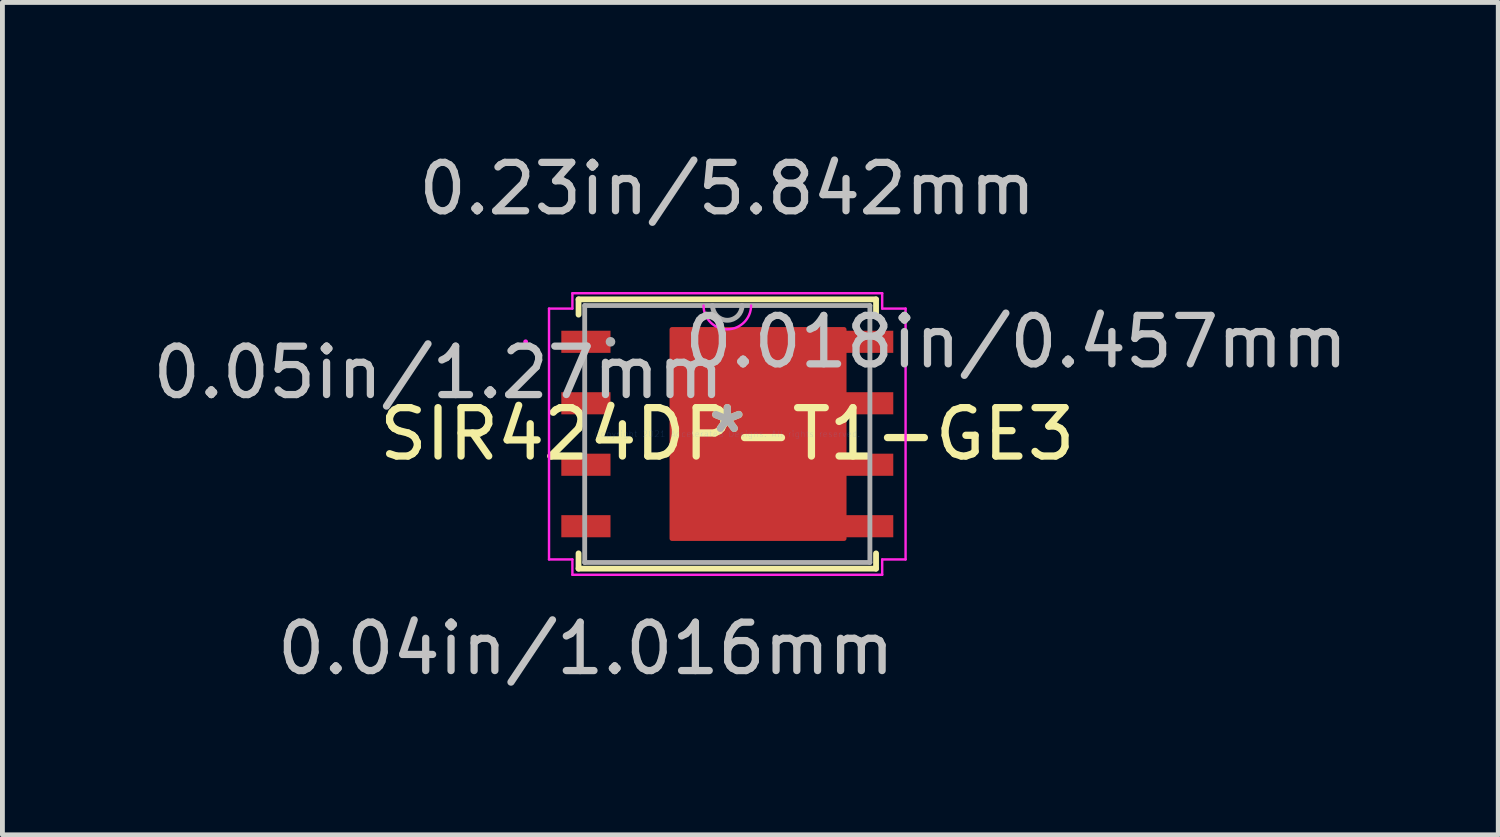
<source format=kicad_pcb>
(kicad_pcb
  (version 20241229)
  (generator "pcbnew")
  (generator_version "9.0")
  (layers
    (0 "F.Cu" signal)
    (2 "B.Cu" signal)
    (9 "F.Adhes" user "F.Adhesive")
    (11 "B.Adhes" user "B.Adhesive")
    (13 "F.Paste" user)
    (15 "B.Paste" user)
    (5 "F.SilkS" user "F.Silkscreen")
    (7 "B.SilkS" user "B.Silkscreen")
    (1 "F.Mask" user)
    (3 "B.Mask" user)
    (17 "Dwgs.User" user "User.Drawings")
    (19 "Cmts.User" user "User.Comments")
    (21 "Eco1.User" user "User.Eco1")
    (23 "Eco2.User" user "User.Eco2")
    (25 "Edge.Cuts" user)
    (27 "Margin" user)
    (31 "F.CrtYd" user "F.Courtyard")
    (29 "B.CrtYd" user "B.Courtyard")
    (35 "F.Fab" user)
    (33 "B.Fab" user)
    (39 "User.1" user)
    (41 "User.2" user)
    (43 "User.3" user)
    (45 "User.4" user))
  (footprint "SIR424DP-T1-GE3"
    (layer "F.Cu")
    (at 11.975 5.916)
    (property "Reference" "SIR424DP-T1-GE3" (at 0 0 0) (layer "F.SilkS") (effects (font (size 1 1) (thickness 0.15))))
    (attr through_hole)
    (fp_poly (pts (xy -1.143 -2.159) (xy 2.413 -2.159) (xy 2.413 2.159) (xy -1.143 2.159)) (stroke (width 0.1) (type solid)) (fill yes) (layer "F.Cu"))
    (fp_poly (pts (xy -1.143 -2.159) (xy 2.413 -2.159) (xy 2.413 2.159) (xy -1.143 2.159)) (stroke (width 0.1) (type solid)) (fill yes) (layer "F.Mask"))
    (fp_line (start -3.073 -2.781) (end -3.073 -2.466) (stroke (width 0.12) (type solid)) (layer "F.SilkS"))
    (fp_line (start -3.073 2.466) (end -3.073 2.781) (stroke (width 0.12) (type solid)) (layer "F.SilkS"))
    (fp_line (start -3.073 2.781) (end 3.073 2.781) (stroke (width 0.12) (type solid)) (layer "F.SilkS"))
    (fp_line (start 3.073 -2.781) (end -3.073 -2.781) (stroke (width 0.12) (type solid)) (layer "F.SilkS"))
    (fp_line (start 3.073 -2.466) (end 3.073 -2.781) (stroke (width 0.12) (type solid)) (layer "F.SilkS"))
    (fp_line (start 3.073 2.781) (end 3.073 2.466) (stroke (width 0.12) (type solid)) (layer "F.SilkS"))
    (fp_poly (pts (xy -1.143 -2.159) (xy 2.413 -2.159) (xy 2.413 2.159) (xy -1.143 2.159)) (stroke (width 0.1) (type solid)) (fill yes) (layer "F.Paste"))
    (fp_line (start -3.683 -2.591) (end -3.2 -2.591) (stroke (width 0.05) (type solid)) (layer "F.CrtYd"))
    (fp_line (start -3.683 2.591) (end -3.683 -2.591) (stroke (width 0.05) (type solid)) (layer "F.CrtYd"))
    (fp_line (start -3.2 -2.908) (end 3.2 -2.908) (stroke (width 0.05) (type solid)) (layer "F.CrtYd"))
    (fp_line (start -3.2 -2.591) (end -3.2 -2.908) (stroke (width 0.05) (type solid)) (layer "F.CrtYd"))
    (fp_line (start -3.2 2.591) (end -3.683 2.591) (stroke (width 0.05) (type solid)) (layer "F.CrtYd"))
    (fp_line (start -3.2 2.908) (end -3.2 2.591) (stroke (width 0.05) (type solid)) (layer "F.CrtYd"))
    (fp_line (start 3.2 -2.908) (end 3.2 -2.591) (stroke (width 0.05) (type solid)) (layer "F.CrtYd"))
    (fp_line (start 3.2 -2.591) (end 3.683 -2.591) (stroke (width 0.05) (type solid)) (layer "F.CrtYd"))
    (fp_line (start 3.2 2.591) (end 3.2 2.908) (stroke (width 0.05) (type solid)) (layer "F.CrtYd"))
    (fp_line (start 3.2 2.908) (end -3.2 2.908) (stroke (width 0.05) (type solid)) (layer "F.CrtYd"))
    (fp_line (start 3.683 -2.591) (end 3.683 2.591) (stroke (width 0.05) (type solid)) (layer "F.CrtYd"))
    (fp_line (start 3.683 2.591) (end 3.2 2.591) (stroke (width 0.05) (type solid)) (layer "F.CrtYd"))
    (fp_arc (start 0.491067 -2.6543) (mid 0 -2.163233) (end -0.491067 -2.6543) (stroke (width 0.05) (type solid)) (layer "F.CrtYd"))
    (fp_circle (center -4.166 -1.905) (end -4.166 -1.905) (stroke (width 0.05) (type solid)) (fill no) (layer "F.CrtYd"))
    (fp_line (start -2.946 -2.654) (end -2.946 2.654) (stroke (width 0.1) (type solid)) (layer "F.Fab"))
    (fp_line (start -2.946 2.654) (end 2.946 2.654) (stroke (width 0.1) (type solid)) (layer "F.Fab"))
    (fp_line (start 2.946 -2.654) (end -2.946 -2.654) (stroke (width 0.1) (type solid)) (layer "F.Fab"))
    (fp_line (start 2.946 2.654) (end 2.946 -2.654) (stroke (width 0.1) (type solid)) (layer "F.Fab"))
    (fp_arc (start 0.3048 -2.6543) (mid 0 -2.3495) (end -0.3048 -2.6543) (stroke (width 0.1) (type solid)) (layer "F.Fab"))
    (fp_circle (center -2.413 -1.905) (end -2.413 -1.905) (stroke (width 0.1) (type solid)) (fill no) (layer "F.Fab"))
    (fp_text user "*" (at 0 0 0) (layer "F.SilkS") (effects (font (size 1 1) (thickness 0.15))))
    (fp_text user "0.23in/5.842mm" (at 0 -5.067 0) (layer "Dwgs.User") (effects (font (size 1 1) (thickness 0.15))))
    (fp_text user "0.05in/1.27mm" (at -5.969 -1.27 0) (layer "Dwgs.User") (effects (font (size 1 1) (thickness 0.15))))
    (fp_text user "0.04in/1.016mm" (at -2.921 4.432 0) (layer "Dwgs.User") (effects (font (size 1 1) (thickness 0.15))))
    (fp_text user "0.018in/0.457mm" (at 5.969 -1.905 0) (layer "Dwgs.User") (effects (font (size 1 1) (thickness 0.15))))
    (fp_text user "Copyright 2021 Accelerated Designs. All rights reserved." (at 0 0 0) (layer "Cmts.User") (effects (font (size 0.127 0.127) (thickness 0.002))))
    (fp_text user "*" (at 0 0 0) (layer "F.Fab") (effects (font (size 1 1) (thickness 0.15))))
    (pad "1" smd rect (at -2.921 -1.905) (size 1.016 0.457) (layers "F.Cu" "F.Mask" "F.Paste"))
    (pad "2" smd rect (at -2.921 -0.635) (size 1.016 0.457) (layers "F.Cu" "F.Mask" "F.Paste"))
    (pad "3" smd rect (at -2.921 0.635) (size 1.016 0.457) (layers "F.Cu" "F.Mask" "F.Paste"))
    (pad "4" smd rect (at -2.921 1.905) (size 1.016 0.457) (layers "F.Cu" "F.Mask" "F.Paste"))
    (pad "5" smd rect (at 2.921 1.905) (size 1.016 0.457) (layers "F.Cu" "F.Mask" "F.Paste"))
    (pad "6" smd rect (at 2.921 0.635) (size 1.016 0.457) (layers "F.Cu" "F.Mask" "F.Paste"))
    (pad "7" smd rect (at 2.921 -0.635) (size 1.016 0.457) (layers "F.Cu" "F.Mask" "F.Paste"))
    (pad "8" smd rect (at 2.921 -1.905) (size 1.016 0.457) (layers "F.Cu" "F.Mask" "F.Paste")))
  (gr_rect
    (start -3 -3)
    (end 27.902 14.196)
    (stroke (width 0.1) (type default))
    (fill no)
    (layer "Edge.Cuts")))
</source>
